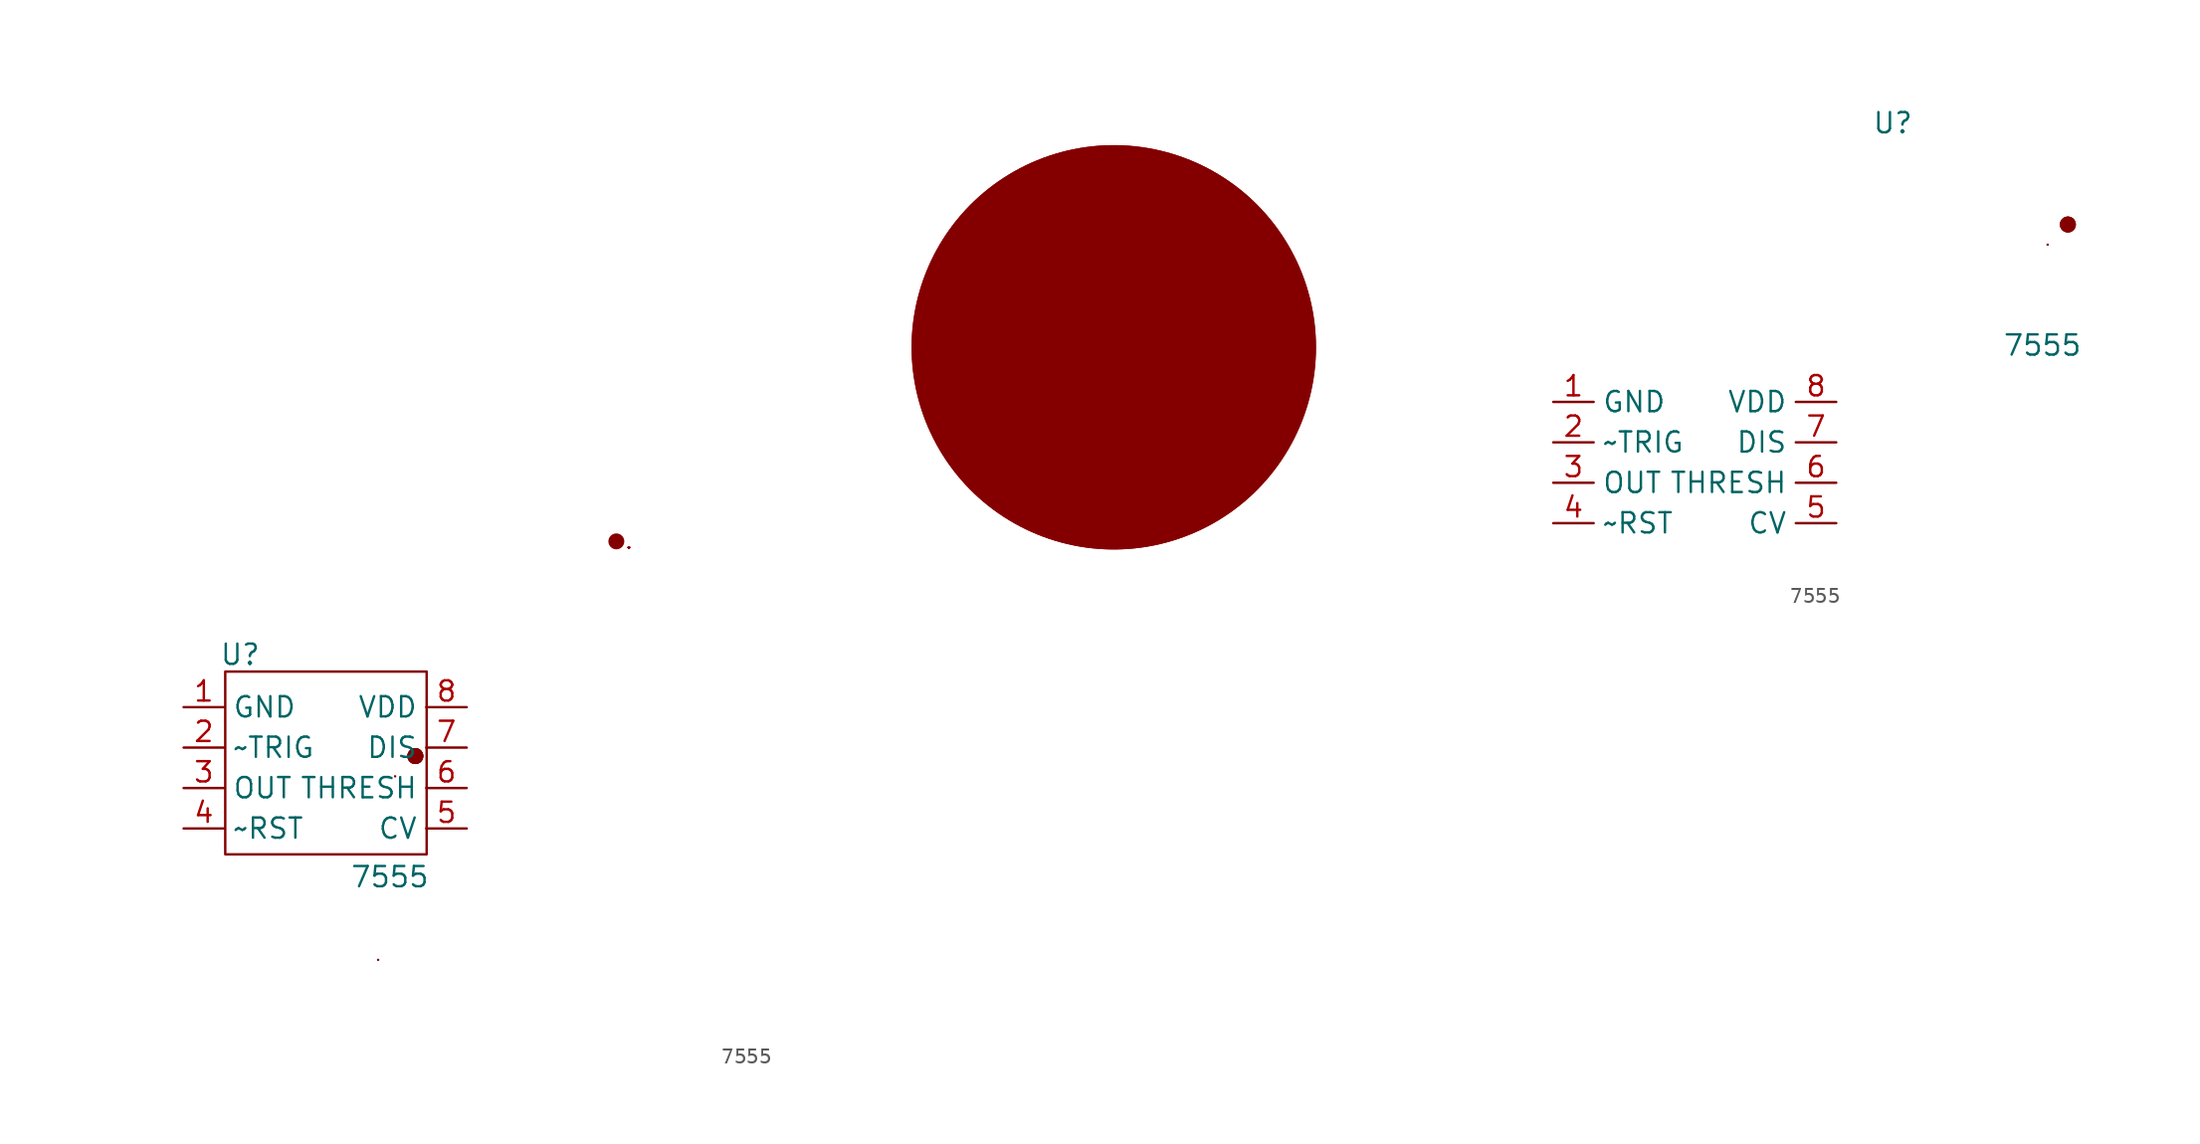
<source format=kicad_sym>
(kicad_symbol_lib
  (version 20211014)
  (generator kicad_symbol_editor)
  (symbol "7555"
    (property "Reference" "U"
      (at -5.588 7.112 0)
      (effects (font (size 1.27 1.27))))
    (property "Value" "7555"
      (at 3.81 -6.858 0)
      (effects (font (size 1.27 1.27))))
    (symbol "7555_0_0"
      (rectangle (start 4.14 -0.533) (end 4.14 -0.533) (stroke (width 0) (type default) (color 0 0 0 0)) (fill (type none)))
      (rectangle (start 5.41 0.737) (end 5.41 0.737) (stroke (width 0) (type default) (color 0 0 0 0)) (fill (type none)))
      (rectangle (start 5.41 0.737) (end 5.41 0.737) (stroke (width 0) (type default) (color 0 0 0 0)) (fill (type none)))
      (rectangle (start 5.41 0.737) (end 5.41 0.737) (stroke (width 0) (type default) (color 0 0 0 0)) (fill (type none)))
      (rectangle (start 5.41 0.737) (end 5.41 0.737) (stroke (width 0) (type default) (color 0 0 0 0)) (fill (type none)))
      (rectangle (start 5.41 0.737) (end 5.41 0.737) (stroke (width 0) (type default) (color 0 0 0 0)) (fill (type none)))
      (rectangle (start 5.41 0.737) (end 5.41 0.737) (stroke (width 0) (type default) (color 0 0 0 0)) (fill (type none)))
      (rectangle (start 5.41 0.737) (end 5.41 0.737) (stroke (width 0) (type default) (color 0 0 0 0)) (fill (type none)))
      (rectangle (start 5.41 0.737) (end 5.41 0.737) (stroke (width 0) (type default) (color 0 0 0 0)) (fill (type none)))
      (rectangle (start 5.41 0.737) (end 5.41 0.737) (stroke (width 0) (type default) (color 0 0 0 0)) (fill (type none)))
      (rectangle (start 5.41 0.737) (end 5.41 0.737) (stroke (width 0) (type default) (color 0 0 0 0)) (fill (type none)))
      (rectangle (start 5.41 0.737) (end 5.41 0.737) (stroke (width 0) (type default) (color 0 0 0 0)) (fill (type none)))
      (rectangle (start 5.41 0.737) (end 5.41 0.737) (stroke (width 0) (type default) (color 0 0 0 0)) (fill (type none)))
      (rectangle (start 5.41 0.737) (end 5.41 0.737) (stroke (width 0) (type default) (color 0 0 0 0)) (fill (type none)))
      (rectangle (start 5.41 0.737) (end 5.41 0.737) (stroke (width 0) (type default) (color 0 0 0 0)) (fill (type none)))
      (rectangle (start 5.41 0.737) (end 5.41 0.737) (stroke (width 0) (type default) (color 0 0 0 0)) (fill (type none)))
      (rectangle (start 5.41 0.737) (end 5.41 0.737) (stroke (width 0) (type default) (color 0 0 0 0)) (fill (type none)))
      (rectangle (start 5.41 0.737) (end 5.41 0.737) (stroke (width 0) (type default) (color 0 0 0 0)) (fill (type none)))
      (rectangle (start 5.41 0.737) (end 5.41 0.737) (stroke (width 0) (type default) (color 0 0 0 0)) (fill (type none)))
      (rectangle (start 5.41 0.737) (end 5.41 0.737) (stroke (width 0) (type default) (color 0 0 0 0)) (fill (type none)))
      (rectangle (start 5.41 0.737) (end 5.41 0.737) (stroke (width 0) (type default) (color 0 0 0 0)) (fill (type none)))
      (rectangle (start 5.41 0.737) (end 5.41 0.737) (stroke (width 1) (type default) (color 0 0 0 0)) (fill (type none)))
      (rectangle (start 5.41 0.737) (end 5.41 0.737) (stroke (width 1) (type default) (color 0 0 0 0)) (fill (type none)))
      (rectangle (start 5.41 0.737) (end 5.41 0.737) (stroke (width 1) (type default) (color 0 0 0 0)) (fill (type none))))
    (symbol "7555_0_1"
      (rectangle (start -6.528 6.045) (end 6.121 -5.436) (stroke (width 0) (type default) (color 0 0 0 0)) (fill (type none)))
      (polyline (pts (xy 49.276 26.416) (xy 49.276 26.416)) (stroke (width 0) (type default) (color 0 0 0 0)) (fill (type none)))
      (polyline (pts (xy 49.276 26.416) (xy 49.276 26.416)) (stroke (width 0) (type default) (color 0 0 0 0)) (fill (type none)))
      (polyline (pts (xy 49.276 26.416) (xy 49.276 26.416)) (stroke (width 0) (type default) (color 0 0 0 0)) (fill (type none)))
      (rectangle (start 3.073 -12.065) (end 3.073 -12.065) (stroke (width 0) (type default) (color 0 0 0 0)) (fill (type none)))
      (rectangle (start 5.41 0.737) (end 5.41 0.737) (stroke (width 0) (type default) (color 0 0 0 0)) (fill (type none)))
      (rectangle (start 5.41 0.737) (end 5.41 0.737) (stroke (width 1) (type default) (color 0 0 0 0)) (fill (type none)))
      (rectangle (start 18.034 14.224) (end 18.034 14.224) (stroke (width 1) (type default) (color 0 0 0 0)) (fill (type none)))
      (rectangle (start 18.821 13.843) (end 18.821 13.843) (stroke (width 0) (type default) (color 0 0 0 0)) (fill (type none)))
      (rectangle (start 18.821 13.843) (end 18.821 13.843) (stroke (width 0) (type default) (color 0 0 0 0)) (fill (type none)))
      (rectangle (start 18.821 13.843) (end 18.821 13.843) (stroke (width 0) (type default) (color 0 0 0 0)) (fill (type none)))
      (rectangle (start 18.821 13.843) (end 18.821 13.843) (stroke (width 0) (type default) (color 0 0 0 0)) (fill (type none)))
      (rectangle (start 18.821 13.843) (end 18.821 13.843) (stroke (width 0) (type default) (color 0 0 0 0)) (fill (type none)))
      (rectangle (start 18.821 13.843) (end 18.821 13.843) (stroke (width 0) (type default) (color 0 0 0 0)) (fill (type none)))
      (rectangle (start 18.821 13.843) (end 18.821 13.843) (stroke (width 0) (type default) (color 0 0 0 0)) (fill (type none)))
      (rectangle (start 18.821 13.843) (end 18.821 13.843) (stroke (width 0) (type default) (color 0 0 0 0)) (fill (type none)))
      (rectangle (start 18.821 13.843) (end 18.821 13.843) (stroke (width 0) (type default) (color 0 0 0 0)) (fill (type none)))
      (rectangle (start 18.821 13.843) (end 18.821 13.843) (stroke (width 0) (type default) (color 0 0 0 0)) (fill (type none)))
      (rectangle (start 18.821 13.843) (end 18.821 13.843) (stroke (width 0) (type default) (color 0 0 0 0)) (fill (type none)))
      (rectangle (start 18.821 13.843) (end 18.821 13.843) (stroke (width 0) (type default) (color 0 0 0 0)) (fill (type none)))
      (rectangle (start 49.276 26.416) (end 49.276 26.416) (stroke (width 0) (type default) (color 0 0 0 0)) (fill (type none)))
      (rectangle (start 49.276 26.416) (end 49.276 26.416) (stroke (width 0) (type default) (color 0 0 0 0)) (fill (type none)))
      (rectangle (start 49.276 26.416) (end 49.276 26.416) (stroke (width 0) (type default) (color 0 0 0 0)) (fill (type none)))
      (rectangle (start 49.276 26.416) (end 49.276 26.416) (stroke (width 0) (type default) (color 0 0 0 0)) (fill (type none)))
      (rectangle (start 49.276 26.416) (end 49.276 26.416) (stroke (width 0) (type default) (color 0 0 0 0)) (fill (type none)))
      (rectangle (start 49.276 26.416) (end 49.276 26.416) (stroke (width 0) (type default) (color 0 0 0 0)) (fill (type none)))
      (rectangle (start 49.276 26.416) (end 49.276 26.416) (stroke (width 0) (type default) (color 0 0 0 0)) (fill (type none)))
      (rectangle (start 49.276 26.416) (end 49.276 26.416) (stroke (width 0) (type default) (color 0 0 0 0)) (fill (type none)))
      (rectangle (start 49.276 26.416) (end 49.276 26.416) (stroke (width 0) (type default) (color 0 0 0 0)) (fill (type none)))
      (rectangle (start 49.276 26.416) (end 49.276 26.416) (stroke (width 0) (type default) (color 0 0 0 0)) (fill (type none)))
      (rectangle (start 49.276 26.416) (end 49.276 26.416) (stroke (width 0) (type default) (color 0 0 0 0)) (fill (type none)))
      (rectangle (start 49.276 26.416) (end 49.276 26.416) (stroke (width 0) (type default) (color 0 0 0 0)) (fill (type none)))
      (rectangle (start 49.276 26.416) (end 49.276 26.416) (stroke (width 0) (type default) (color 0 0 0 0)) (fill (type none)))
      (rectangle (start 49.276 26.416) (end 49.276 26.416) (stroke (width 0) (type default) (color 0 0 0 0)) (fill (type none)))
      (rectangle (start 49.276 26.416) (end 49.276 26.416) (stroke (width 0) (type default) (color 0 0 0 0)) (fill (type none)))
      (rectangle (start 49.276 26.416) (end 49.276 26.416) (stroke (width 0) (type default) (color 0 0 0 0)) (fill (type none)))
      (rectangle (start 49.276 26.416) (end 49.276 26.416) (stroke (width 0) (type default) (color 0 0 0 0)) (fill (type none)))
      (rectangle (start 49.276 26.416) (end 49.276 26.416) (stroke (width 0) (type default) (color 0 0 0 0)) (fill (type none)))
      (rectangle (start 49.276 26.416) (end 49.276 26.416) (stroke (width 0) (type default) (color 0 0 0 0)) (fill (type none)))
      (rectangle (start 49.276 26.416) (end 49.276 26.416) (stroke (width 0) (type default) (color 0 0 0 0)) (fill (type none)))
      (rectangle (start 49.276 26.416) (end 49.276 26.416) (stroke (width 0) (type default) (color 0 0 0 0)) (fill (type none)))
      (rectangle (start 49.276 26.416) (end 49.276 26.416) (stroke (width 0) (type default) (color 0 0 0 0)) (fill (type none)))
      (rectangle (start 49.276 26.416) (end 49.276 26.416) (stroke (width 0) (type default) (color 0 0 0 0)) (fill (type none)))
      (rectangle (start 49.276 26.416) (end 49.276 26.416) (stroke (width 0) (type default) (color 0 0 0 0)) (fill (type none)))
      (rectangle (start 49.276 26.416) (end 49.276 26.416) (stroke (width 0) (type default) (color 0 0 0 0)) (fill (type none)))
      (rectangle (start 49.276 26.416) (end 49.276 26.416) (stroke (width 0) (type default) (color 0 0 0 0)) (fill (type none)))
      (rectangle (start 49.276 26.416) (end 49.276 26.416) (stroke (width 0) (type default) (color 0 0 0 0)) (fill (type none)))
      (rectangle (start 49.276 26.416) (end 49.276 26.416) (stroke (width 0) (type default) (color 0 0 0 0)) (fill (type none)))
      (rectangle (start 49.276 26.416) (end 49.276 26.416) (stroke (width 0) (type default) (color 0 0 0 0)) (fill (type none)))
      (rectangle (start 49.276 26.416) (end 49.276 26.416) (stroke (width 0) (type default) (color 0 0 0 0)) (fill (type none)))
      (rectangle (start 49.276 26.416) (end 49.276 26.416) (stroke (width 0) (type default) (color 0 0 0 0)) (fill (type none)))
      (rectangle (start 49.276 26.416) (end 49.276 26.416) (stroke (width 0) (type default) (color 0 0 0 0)) (fill (type none)))
      (rectangle (start 49.276 26.416) (end 49.276 26.416) (stroke (width 0) (type default) (color 0 0 0 0)) (fill (type none)))
      (rectangle (start 49.276 26.416) (end 49.276 26.416) (stroke (width 0) (type default) (color 0 0 0 0)) (fill (type none)))
      (rectangle (start 49.276 26.416) (end 49.276 26.416) (stroke (width 0) (type default) (color 0 0 0 0)) (fill (type none)))
      (rectangle (start 49.276 26.416) (end 49.276 26.416) (stroke (width 0) (type default) (color 0 0 0 0)) (fill (type none)))
      (rectangle (start 49.276 26.416) (end 49.276 26.416) (stroke (width 0) (type default) (color 0 0 0 0)) (fill (type none)))
      (rectangle (start 49.276 26.416) (end 49.276 26.416) (stroke (width 0) (type default) (color 0 0 0 0)) (fill (type none)))
      (rectangle (start 49.276 26.416) (end 49.276 26.416) (stroke (width 0) (type default) (color 0 0 0 0)) (fill (type none)))
      (rectangle (start 49.276 26.416) (end 49.276 26.416) (stroke (width 0) (type default) (color 0 0 0 0)) (fill (type none)))
      (rectangle (start 49.276 26.416) (end 49.276 26.416) (stroke (width 0) (type default) (color 0 0 0 0)) (fill (type none)))
      (rectangle (start 49.276 26.416) (end 49.276 26.416) (stroke (width 0) (type default) (color 0 0 0 0)) (fill (type none)))
      (rectangle (start 49.276 26.416) (end 49.276 26.416) (stroke (width 0) (type default) (color 0 0 0 0)) (fill (type none)))
      (rectangle (start 49.276 26.416) (end 49.276 26.416) (stroke (width 0) (type default) (color 0 0 0 0)) (fill (type none)))
      (rectangle (start 49.276 26.416) (end 49.276 26.416) (stroke (width 0) (type default) (color 0 0 0 0)) (fill (type none)))
      (rectangle (start 49.276 26.416) (end 49.276 26.416) (stroke (width 1) (type default) (color 0 0 0 0)) (fill (type none)))
      (rectangle (start 49.276 26.416) (end 49.276 26.416) (stroke (width 1) (type default) (color 0 0 0 0)) (fill (type none)))
      (rectangle (start 49.276 26.416) (end 49.276 26.416) (stroke (width 10) (type default) (color 0 0 0 0)) (fill (type none)))
      (rectangle (start 49.276 26.416) (end 49.276 26.416) (stroke (width 25.4) (type default) (color 0 0 0 0)) (fill (type none)))
      (rectangle (start 49.276 26.416) (end 49.276 26.416) (stroke (width 25.4) (type default) (color 0 0 0 0)) (fill (type none))))
    (symbol "7555_1_1"
      (pin input line (at -9.144 3.81 0) (length 2.54) (name "GND" (effects (font (size 1.27 1.27)))) (number "1" (effects (font (size 1.27 1.27)))))
      (pin input line (at -9.144 1.27 0) (length 2.54) (name "~TRIG" (effects (font (size 1.27 1.27)))) (number "2" (effects (font (size 1.27 1.27)))))
      (pin input line (at -9.144 -1.27 0) (length 2.54) (name "OUT" (effects (font (size 1.27 1.27)))) (number "3" (effects (font (size 1.27 1.27)))))
      (pin input line (at -9.144 -3.81 0) (length 2.54) (name "~RST" (effects (font (size 1.27 1.27)))) (number "4" (effects (font (size 1.27 1.27)))))
      (pin input line (at 8.636 -3.81 180) (length 2.54) (name "CV" (effects (font (size 1.27 1.27)))) (number "5" (effects (font (size 1.27 1.27)))))
      (pin input line (at 8.636 -1.27 180) (length 2.54) (name "THRESH" (effects (font (size 1.27 1.27)))) (number "6" (effects (font (size 1.27 1.27)))))
      (pin input line (at 8.636 1.27 180) (length 2.54) (name "DIS" (effects (font (size 1.27 1.27)))) (number "7" (effects (font (size 1.27 1.27)))))
      (pin input line (at 8.636 3.81 180) (length 2.54) (name "VDD" (effects (font (size 1.27 1.27)))) (number "8" (effects (font (size 1.27 1.27))))))
    (symbol "7555_1_2"
      (pin input line (at -26.924 -10.414 0) (length 2.54) (name "GND" (effects (font (size 1.27 1.27)))) (number "1" (effects (font (size 1.27 1.27)))))
      (pin input line (at -26.924 -12.954 0) (length 2.54) (name "~TRIG" (effects (font (size 1.27 1.27)))) (number "2" (effects (font (size 1.27 1.27)))))
      (pin input line (at -26.924 -15.494 0) (length 2.54) (name "OUT" (effects (font (size 1.27 1.27)))) (number "3" (effects (font (size 1.27 1.27)))))
      (pin input line (at -26.924 -18.034 0) (length 2.54) (name "~RST" (effects (font (size 1.27 1.27)))) (number "4" (effects (font (size 1.27 1.27)))))
      (pin input line (at -9.144 -18.034 180) (length 2.54) (name "CV" (effects (font (size 1.27 1.27)))) (number "5" (effects (font (size 1.27 1.27)))))
      (pin input line (at -9.144 -15.494 180) (length 2.54) (name "THRESH" (effects (font (size 1.27 1.27)))) (number "6" (effects (font (size 1.27 1.27)))))
      (pin input line (at -9.144 -12.954 180) (length 2.54) (name "DIS" (effects (font (size 1.27 1.27)))) (number "7" (effects (font (size 1.27 1.27)))))
      (pin input line (at -9.144 -10.414 180) (length 2.54) (name "VDD" (effects (font (size 1.27 1.27)))) (number "8" (effects (font (size 1.27 1.27))))))))
</source>
